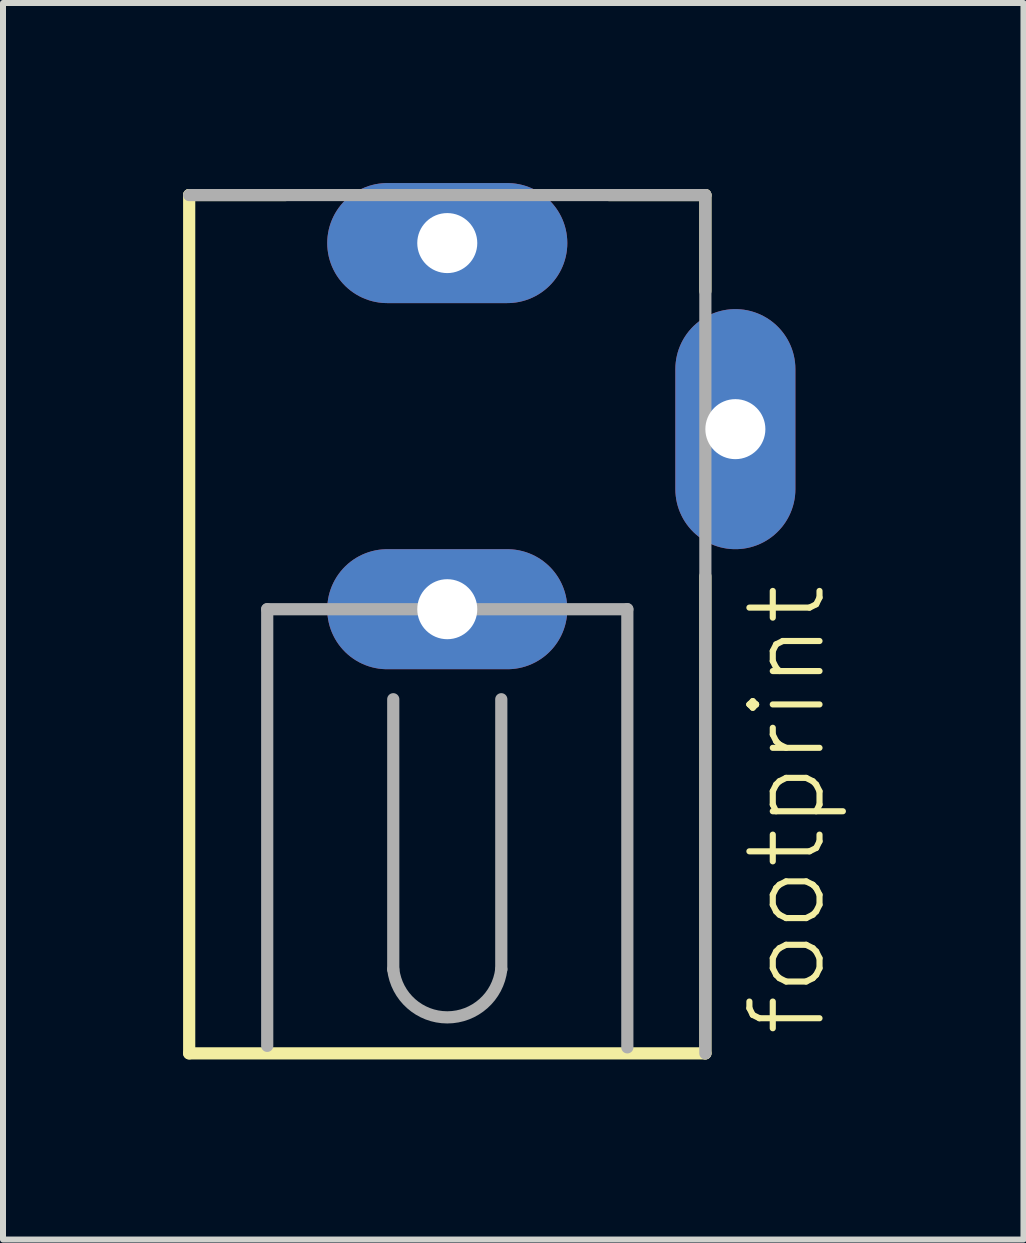
<source format=kicad_pcb>
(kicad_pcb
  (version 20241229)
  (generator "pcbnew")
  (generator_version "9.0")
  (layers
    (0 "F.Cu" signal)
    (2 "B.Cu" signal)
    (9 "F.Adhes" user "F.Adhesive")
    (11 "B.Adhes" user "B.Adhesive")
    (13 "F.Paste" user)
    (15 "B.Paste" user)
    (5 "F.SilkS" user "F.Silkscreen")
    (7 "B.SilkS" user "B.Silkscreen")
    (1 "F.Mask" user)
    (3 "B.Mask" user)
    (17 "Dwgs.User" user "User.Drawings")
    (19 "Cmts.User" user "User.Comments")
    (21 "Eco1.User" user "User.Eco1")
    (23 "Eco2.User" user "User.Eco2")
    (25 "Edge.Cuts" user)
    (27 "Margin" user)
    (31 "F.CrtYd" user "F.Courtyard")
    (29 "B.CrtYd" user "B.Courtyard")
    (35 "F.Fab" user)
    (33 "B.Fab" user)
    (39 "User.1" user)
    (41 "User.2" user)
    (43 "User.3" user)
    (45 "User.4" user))
  (footprint "footprint"
    (layer "F.Cu")
    (at 4.402 4.1)
    (property "Reference" "footprint" (at 6.35 10.16 90) (layer "F.SilkS") (effects (font (size 1.168 1.168) (thickness 0.102)) (justify left bottom)))
    (fp_line (start -4.3 -3.9) (end -4.3 10.4) (stroke (width 0.203) (type solid)) (layer "F.SilkS"))
    (fp_line (start -4.3 10.4) (end 4.3 10.4) (stroke (width 0.203) (type solid)) (layer "F.SilkS"))
    (fp_line (start -2.7 -3.9) (end -4.3 -3.9) (stroke (width 0.203) (type solid)) (layer "F.SilkS"))
    (fp_line (start 4.3 -3.9) (end 2.7 -3.9) (stroke (width 0.203) (type solid)) (layer "F.SilkS"))
    (fp_line (start 4.3 -2.3) (end 4.3 -3.9) (stroke (width 0.203) (type solid)) (layer "F.SilkS"))
    (fp_line (start 4.3 10.4) (end 4.3 2.45) (stroke (width 0.203) (type solid)) (layer "F.SilkS"))
    (fp_line (start -3 10.275) (end -3 3) (stroke (width 0.203) (type solid)) (layer "F.Fab"))
    (fp_line (start -0.9 9) (end -0.9 4.5) (stroke (width 0.203) (type solid)) (layer "F.Fab"))
    (fp_line (start 0.9 9) (end 0.9 4.5) (stroke (width 0.203) (type solid)) (layer "F.Fab"))
    (fp_line (start 3 3) (end -3 3) (stroke (width 0.203) (type solid)) (layer "F.Fab"))
    (fp_line (start 3 10.3) (end 3 3) (stroke (width 0.203) (type solid)) (layer "F.Fab"))
    (fp_line (start 4.3 -3.9) (end -4.3 -3.9) (stroke (width 0.203) (type solid)) (layer "F.Fab"))
    (fp_line (start 4.3 10.4) (end 4.3 -3.9) (stroke (width 0.203) (type solid)) (layer "F.Fab"))
    (fp_arc (start 0.9 8.999998) (mid 0.000001 9.800308) (end -0.9 9) (stroke (width 0.2032) (type solid)) (layer "F.Fab"))
    (pad "1" thru_hole oval (at 0 -3.1 180) (size 4 2) (drill 1) (layers "*.Cu" "*.Mask"))
    (pad "2" thru_hole oval (at 4.8 0 90) (size 4 2) (drill 1) (layers "*.Cu" "*.Mask"))
    (pad "3" thru_hole oval (at 0 3 180) (size 4 2) (drill 1) (layers "*.Cu" "*.Mask")))
  (gr_rect
    (start -3 -3)
    (end 14.002 17.602)
    (stroke (width 0.1) (type default))
    (fill no)
    (layer "Edge.Cuts")))
</source>
